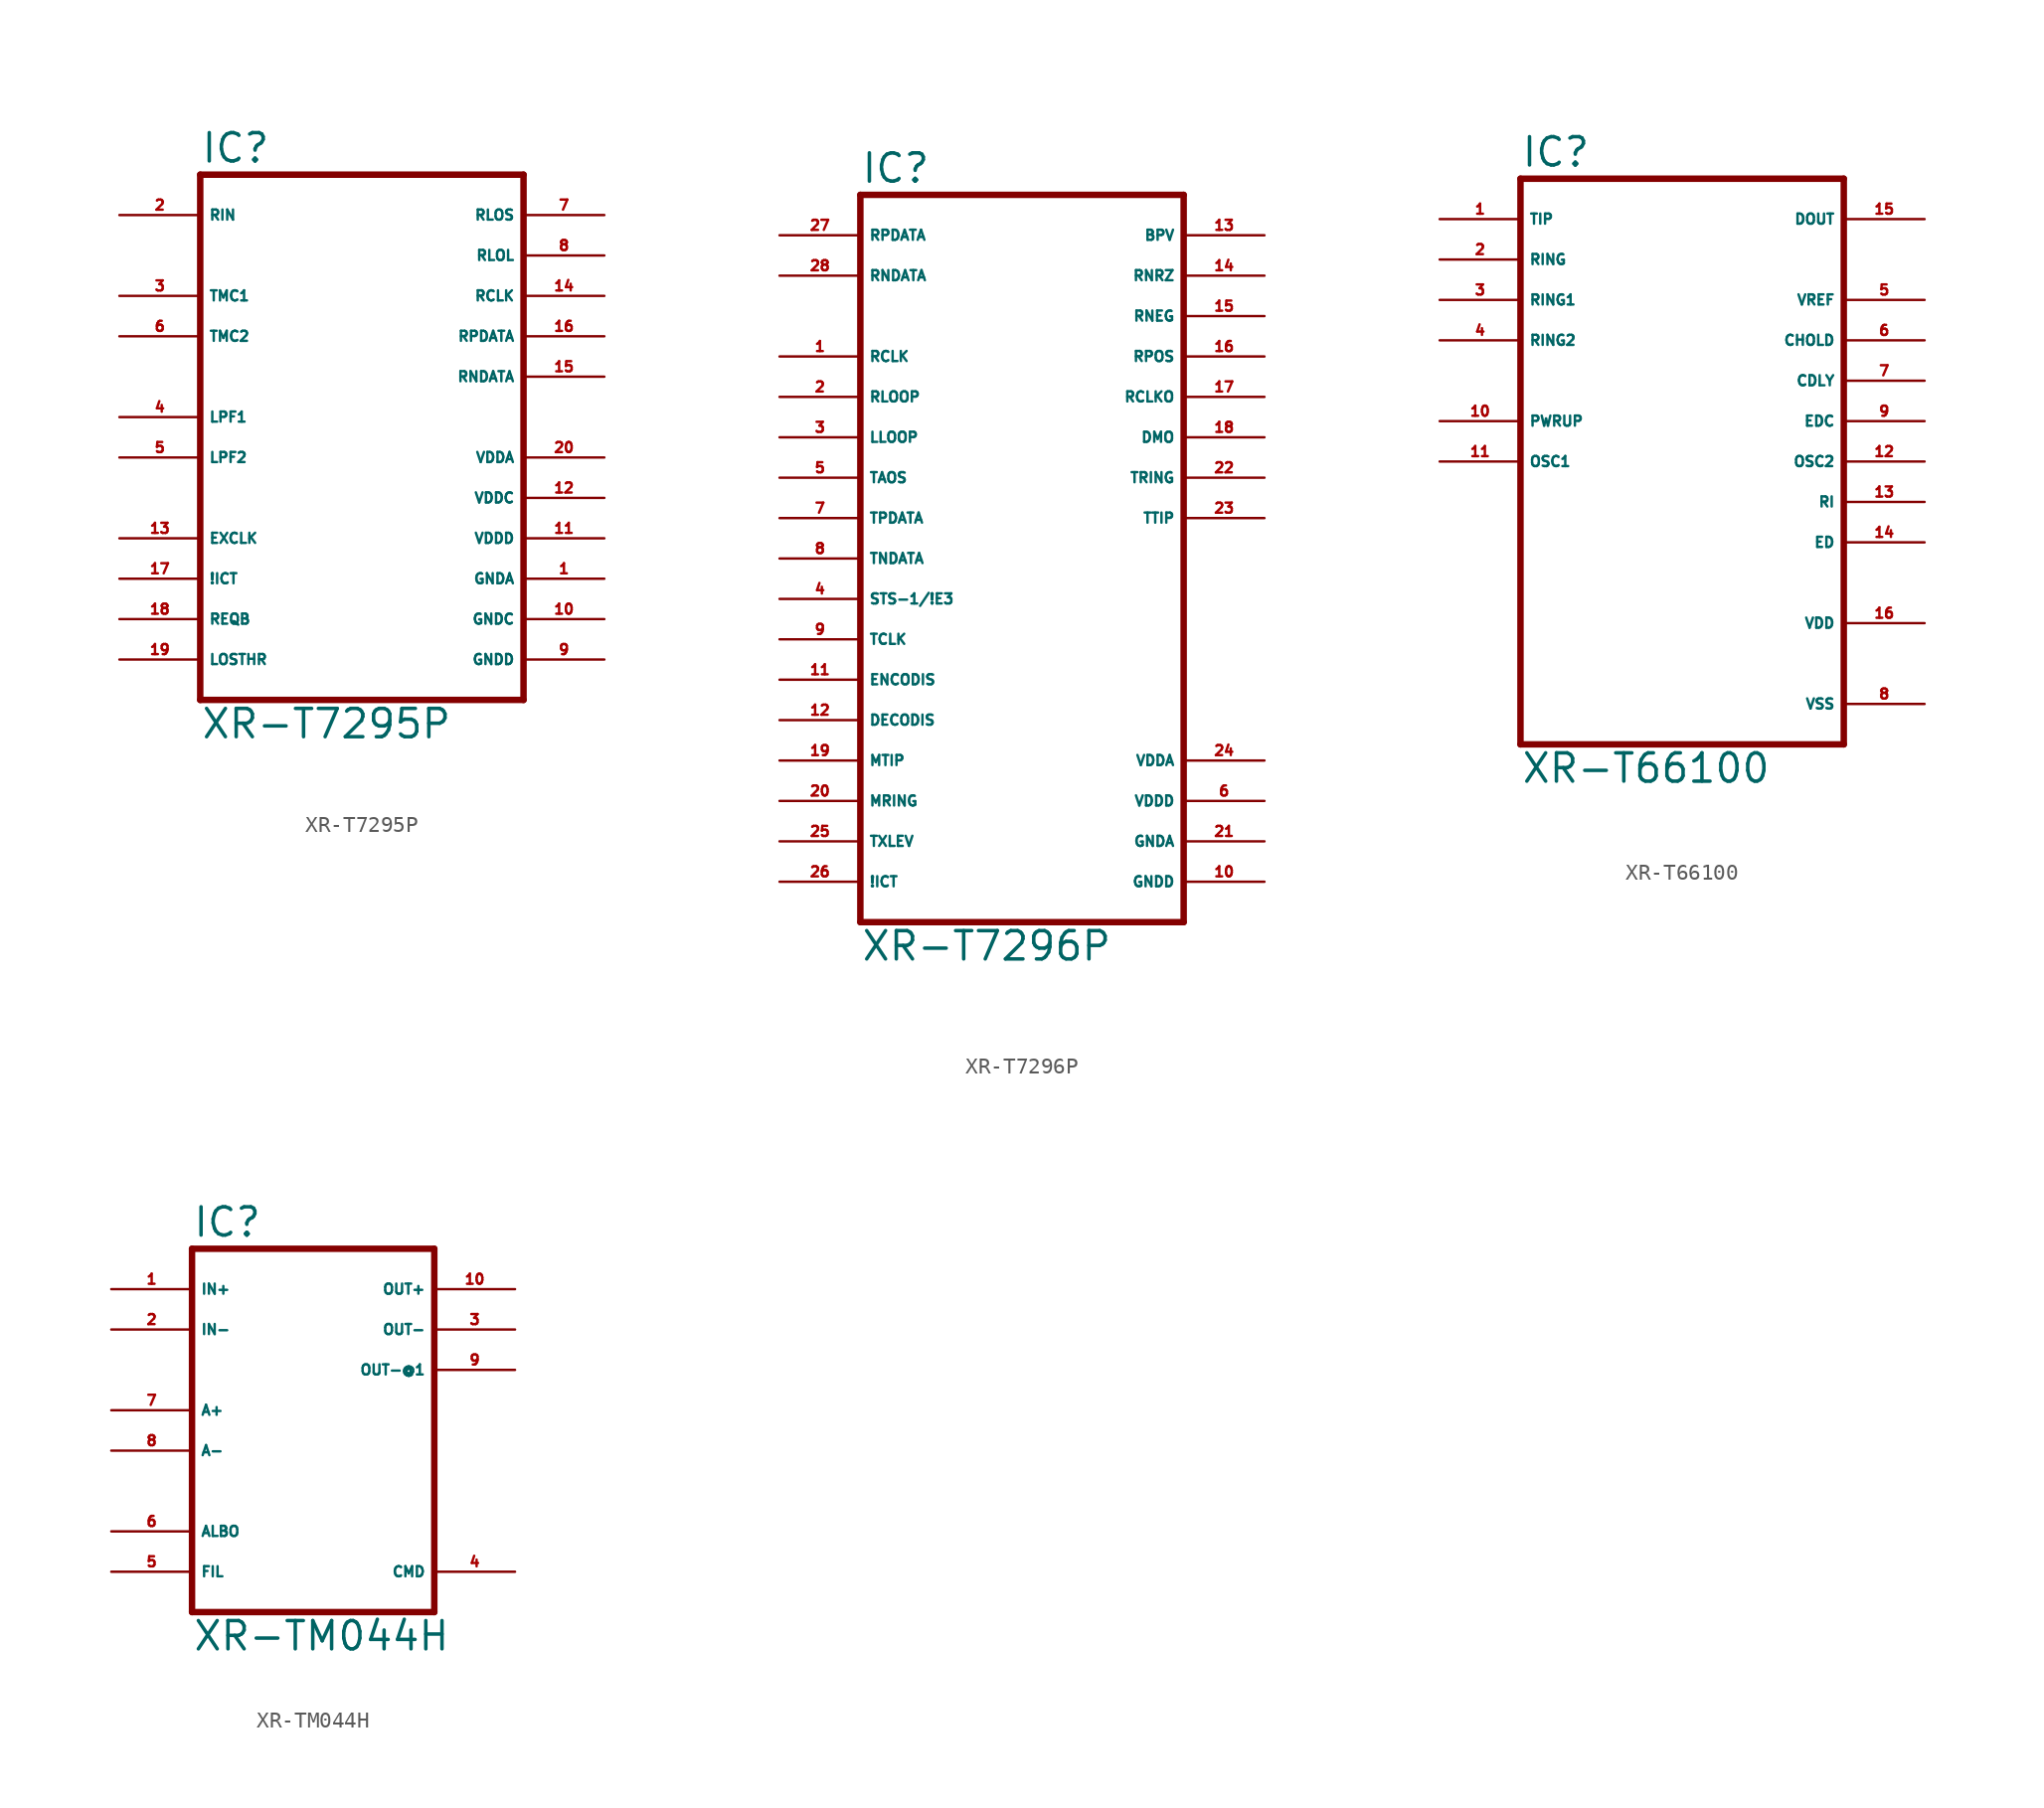
<source format=kicad_sym>
(kicad_symbol_lib
  (version 20220914)
  (generator Eagle2Kicad)
  (symbol "XR-T7295P"
    (property "Reference" "IC"
      (at -10.16 18.415 0)
      (effects (font (size 1.778 1.778) (thickness 0.22)) (justify left bottom)))
    (property "Value" "XR-T7295P"
      (at -10.16 -17.78 0)
      (effects (font (size 1.778 1.778) (thickness 0.22)) (justify left bottom)))
    (polyline
      (pts (xy -10.16 -15.24) (xy 10.16 -15.24))
      (stroke (width 0.406) (type default))
      (fill (type none)))
    (polyline
      (pts (xy 10.16 -15.24) (xy 10.16 17.78))
      (stroke (width 0.406) (type default))
      (fill (type none)))
    (polyline
      (pts (xy 10.16 17.78) (xy -10.16 17.78))
      (stroke (width 0.406) (type default))
      (fill (type none)))
    (polyline
      (pts (xy -10.16 17.78) (xy -10.16 -15.24))
      (stroke (width 0.406) (type default))
      (fill (type none)))
    (pin input line
      (at -15.24 15.24 0)
      (length 5.08)
      (name "RIN" (effects (font (size 0.635 0.635) (thickness 0.08)) (justify left bottom)))
      (number "2" (effects (font (size 0.635 0.635) (thickness 0.08)) (justify left bottom))))
    (pin input line
      (at -15.24 10.16 0)
      (length 5.08)
      (name "TMC1" (effects (font (size 0.635 0.635) (thickness 0.08)) (justify left bottom)))
      (number "3" (effects (font (size 0.635 0.635) (thickness 0.08)) (justify left bottom))))
    (pin input line
      (at -15.24 7.62 0)
      (length 5.08)
      (name "TMC2" (effects (font (size 0.635 0.635) (thickness 0.08)) (justify left bottom)))
      (number "6" (effects (font (size 0.635 0.635) (thickness 0.08)) (justify left bottom))))
    (pin input line
      (at -15.24 2.54 0)
      (length 5.08)
      (name "LPF1" (effects (font (size 0.635 0.635) (thickness 0.08)) (justify left bottom)))
      (number "4" (effects (font (size 0.635 0.635) (thickness 0.08)) (justify left bottom))))
    (pin input line
      (at -15.24 0 0)
      (length 5.08)
      (name "LPF2" (effects (font (size 0.635 0.635) (thickness 0.08)) (justify left bottom)))
      (number "5" (effects (font (size 0.635 0.635) (thickness 0.08)) (justify left bottom))))
    (pin input line
      (at -15.24 -5.08 0)
      (length 5.08)
      (name "EXCLK" (effects (font (size 0.635 0.635) (thickness 0.08)) (justify left bottom)))
      (number "13" (effects (font (size 0.635 0.635) (thickness 0.08)) (justify left bottom))))
    (pin input line
      (at -15.24 -7.62 0)
      (length 5.08)
      (name "!ICT" (effects (font (size 0.635 0.635) (thickness 0.08)) (justify left bottom)))
      (number "17" (effects (font (size 0.635 0.635) (thickness 0.08)) (justify left bottom))))
    (pin input line
      (at -15.24 -10.16 0)
      (length 5.08)
      (name "REQB" (effects (font (size 0.635 0.635) (thickness 0.08)) (justify left bottom)))
      (number "18" (effects (font (size 0.635 0.635) (thickness 0.08)) (justify left bottom))))
    (pin input line
      (at -15.24 -12.7 0)
      (length 5.08)
      (name "LOSTHR" (effects (font (size 0.635 0.635) (thickness 0.08)) (justify left bottom)))
      (number "19" (effects (font (size 0.635 0.635) (thickness 0.08)) (justify left bottom))))
    (pin output line
      (at 15.24 15.24 180)
      (length 5.08)
      (name "RLOS" (effects (font (size 0.635 0.635) (thickness 0.08)) (justify left bottom)))
      (number "7" (effects (font (size 0.635 0.635) (thickness 0.08)) (justify left bottom))))
    (pin output line
      (at 15.24 12.7 180)
      (length 5.08)
      (name "RLOL" (effects (font (size 0.635 0.635) (thickness 0.08)) (justify left bottom)))
      (number "8" (effects (font (size 0.635 0.635) (thickness 0.08)) (justify left bottom))))
    (pin output line
      (at 15.24 10.16 180)
      (length 5.08)
      (name "RCLK" (effects (font (size 0.635 0.635) (thickness 0.08)) (justify left bottom)))
      (number "14" (effects (font (size 0.635 0.635) (thickness 0.08)) (justify left bottom))))
    (pin output line
      (at 15.24 7.62 180)
      (length 5.08)
      (name "RPDATA" (effects (font (size 0.635 0.635) (thickness 0.08)) (justify left bottom)))
      (number "16" (effects (font (size 0.635 0.635) (thickness 0.08)) (justify left bottom))))
    (pin output line
      (at 15.24 5.08 180)
      (length 5.08)
      (name "RNDATA" (effects (font (size 0.635 0.635) (thickness 0.08)) (justify left bottom)))
      (number "15" (effects (font (size 0.635 0.635) (thickness 0.08)) (justify left bottom))))
    (pin unspecified line
      (at 15.24 -12.7 180)
      (length 5.08)
      (name "GNDD" (effects (font (size 0.635 0.635) (thickness 0.08)) (justify left bottom)))
      (number "9" (effects (font (size 0.635 0.635) (thickness 0.08)) (justify left bottom))))
    (pin unspecified line
      (at 15.24 -10.16 180)
      (length 5.08)
      (name "GNDC" (effects (font (size 0.635 0.635) (thickness 0.08)) (justify left bottom)))
      (number "10" (effects (font (size 0.635 0.635) (thickness 0.08)) (justify left bottom))))
    (pin unspecified line
      (at 15.24 -7.62 180)
      (length 5.08)
      (name "GNDA" (effects (font (size 0.635 0.635) (thickness 0.08)) (justify left bottom)))
      (number "1" (effects (font (size 0.635 0.635) (thickness 0.08)) (justify left bottom))))
    (pin unspecified line
      (at 15.24 -5.08 180)
      (length 5.08)
      (name "VDDD" (effects (font (size 0.635 0.635) (thickness 0.08)) (justify left bottom)))
      (number "11" (effects (font (size 0.635 0.635) (thickness 0.08)) (justify left bottom))))
    (pin unspecified line
      (at 15.24 -2.54 180)
      (length 5.08)
      (name "VDDC" (effects (font (size 0.635 0.635) (thickness 0.08)) (justify left bottom)))
      (number "12" (effects (font (size 0.635 0.635) (thickness 0.08)) (justify left bottom))))
    (pin unspecified line
      (at 15.24 0 180)
      (length 5.08)
      (name "VDDA" (effects (font (size 0.635 0.635) (thickness 0.08)) (justify left bottom)))
      (number "20" (effects (font (size 0.635 0.635) (thickness 0.08)) (justify left bottom)))))
  (symbol "XR-T7296P"
    (property "Reference" "IC"
      (at -10.16 23.495 0)
      (effects (font (size 1.778 1.778) (thickness 0.22)) (justify left bottom)))
    (property "Value" "XR-T7296P"
      (at -10.16 -25.4 0)
      (effects (font (size 1.778 1.778) (thickness 0.22)) (justify left bottom)))
    (polyline
      (pts (xy -10.16 -22.86) (xy 10.16 -22.86))
      (stroke (width 0.406) (type default))
      (fill (type none)))
    (polyline
      (pts (xy 10.16 -22.86) (xy 10.16 22.86))
      (stroke (width 0.406) (type default))
      (fill (type none)))
    (polyline
      (pts (xy 10.16 22.86) (xy -10.16 22.86))
      (stroke (width 0.406) (type default))
      (fill (type none)))
    (polyline
      (pts (xy -10.16 22.86) (xy -10.16 -22.86))
      (stroke (width 0.406) (type default))
      (fill (type none)))
    (pin input line
      (at -15.24 12.7 0)
      (length 5.08)
      (name "RCLK" (effects (font (size 0.635 0.635) (thickness 0.08)) (justify left bottom)))
      (number "1" (effects (font (size 0.635 0.635) (thickness 0.08)) (justify left bottom))))
    (pin input line
      (at -15.24 10.16 0)
      (length 5.08)
      (name "RLOOP" (effects (font (size 0.635 0.635) (thickness 0.08)) (justify left bottom)))
      (number "2" (effects (font (size 0.635 0.635) (thickness 0.08)) (justify left bottom))))
    (pin input line
      (at -15.24 7.62 0)
      (length 5.08)
      (name "LLOOP" (effects (font (size 0.635 0.635) (thickness 0.08)) (justify left bottom)))
      (number "3" (effects (font (size 0.635 0.635) (thickness 0.08)) (justify left bottom))))
    (pin input line
      (at -15.24 -2.54 0)
      (length 5.08)
      (name "STS-1/!E3" (effects (font (size 0.635 0.635) (thickness 0.08)) (justify left bottom)))
      (number "4" (effects (font (size 0.635 0.635) (thickness 0.08)) (justify left bottom))))
    (pin input line
      (at -15.24 5.08 0)
      (length 5.08)
      (name "TAOS" (effects (font (size 0.635 0.635) (thickness 0.08)) (justify left bottom)))
      (number "5" (effects (font (size 0.635 0.635) (thickness 0.08)) (justify left bottom))))
    (pin input line
      (at -15.24 2.54 0)
      (length 5.08)
      (name "TPDATA" (effects (font (size 0.635 0.635) (thickness 0.08)) (justify left bottom)))
      (number "7" (effects (font (size 0.635 0.635) (thickness 0.08)) (justify left bottom))))
    (pin input line
      (at -15.24 0 0)
      (length 5.08)
      (name "TNDATA" (effects (font (size 0.635 0.635) (thickness 0.08)) (justify left bottom)))
      (number "8" (effects (font (size 0.635 0.635) (thickness 0.08)) (justify left bottom))))
    (pin input line
      (at -15.24 -5.08 0)
      (length 5.08)
      (name "TCLK" (effects (font (size 0.635 0.635) (thickness 0.08)) (justify left bottom)))
      (number "9" (effects (font (size 0.635 0.635) (thickness 0.08)) (justify left bottom))))
    (pin input line
      (at -15.24 -7.62 0)
      (length 5.08)
      (name "ENCODIS" (effects (font (size 0.635 0.635) (thickness 0.08)) (justify left bottom)))
      (number "11" (effects (font (size 0.635 0.635) (thickness 0.08)) (justify left bottom))))
    (pin input line
      (at -15.24 -10.16 0)
      (length 5.08)
      (name "DECODIS" (effects (font (size 0.635 0.635) (thickness 0.08)) (justify left bottom)))
      (number "12" (effects (font (size 0.635 0.635) (thickness 0.08)) (justify left bottom))))
    (pin input line
      (at -15.24 -12.7 0)
      (length 5.08)
      (name "MTIP" (effects (font (size 0.635 0.635) (thickness 0.08)) (justify left bottom)))
      (number "19" (effects (font (size 0.635 0.635) (thickness 0.08)) (justify left bottom))))
    (pin input line
      (at -15.24 -15.24 0)
      (length 5.08)
      (name "MRING" (effects (font (size 0.635 0.635) (thickness 0.08)) (justify left bottom)))
      (number "20" (effects (font (size 0.635 0.635) (thickness 0.08)) (justify left bottom))))
    (pin input line
      (at -15.24 -17.78 0)
      (length 5.08)
      (name "TXLEV" (effects (font (size 0.635 0.635) (thickness 0.08)) (justify left bottom)))
      (number "25" (effects (font (size 0.635 0.635) (thickness 0.08)) (justify left bottom))))
    (pin input line
      (at -15.24 -20.32 0)
      (length 5.08)
      (name "!ICT" (effects (font (size 0.635 0.635) (thickness 0.08)) (justify left bottom)))
      (number "26" (effects (font (size 0.635 0.635) (thickness 0.08)) (justify left bottom))))
    (pin input line
      (at -15.24 20.32 0)
      (length 5.08)
      (name "RPDATA" (effects (font (size 0.635 0.635) (thickness 0.08)) (justify left bottom)))
      (number "27" (effects (font (size 0.635 0.635) (thickness 0.08)) (justify left bottom))))
    (pin input line
      (at -15.24 17.78 0)
      (length 5.08)
      (name "RNDATA" (effects (font (size 0.635 0.635) (thickness 0.08)) (justify left bottom)))
      (number "28" (effects (font (size 0.635 0.635) (thickness 0.08)) (justify left bottom))))
    (pin output line
      (at 15.24 20.32 180)
      (length 5.08)
      (name "BPV" (effects (font (size 0.635 0.635) (thickness 0.08)) (justify left bottom)))
      (number "13" (effects (font (size 0.635 0.635) (thickness 0.08)) (justify left bottom))))
    (pin output line
      (at 15.24 17.78 180)
      (length 5.08)
      (name "RNRZ" (effects (font (size 0.635 0.635) (thickness 0.08)) (justify left bottom)))
      (number "14" (effects (font (size 0.635 0.635) (thickness 0.08)) (justify left bottom))))
    (pin output line
      (at 15.24 15.24 180)
      (length 5.08)
      (name "RNEG" (effects (font (size 0.635 0.635) (thickness 0.08)) (justify left bottom)))
      (number "15" (effects (font (size 0.635 0.635) (thickness 0.08)) (justify left bottom))))
    (pin output line
      (at 15.24 12.7 180)
      (length 5.08)
      (name "RPOS" (effects (font (size 0.635 0.635) (thickness 0.08)) (justify left bottom)))
      (number "16" (effects (font (size 0.635 0.635) (thickness 0.08)) (justify left bottom))))
    (pin output line
      (at 15.24 10.16 180)
      (length 5.08)
      (name "RCLKO" (effects (font (size 0.635 0.635) (thickness 0.08)) (justify left bottom)))
      (number "17" (effects (font (size 0.635 0.635) (thickness 0.08)) (justify left bottom))))
    (pin output line
      (at 15.24 7.62 180)
      (length 5.08)
      (name "DMO" (effects (font (size 0.635 0.635) (thickness 0.08)) (justify left bottom)))
      (number "18" (effects (font (size 0.635 0.635) (thickness 0.08)) (justify left bottom))))
    (pin output line
      (at 15.24 5.08 180)
      (length 5.08)
      (name "TRING" (effects (font (size 0.635 0.635) (thickness 0.08)) (justify left bottom)))
      (number "22" (effects (font (size 0.635 0.635) (thickness 0.08)) (justify left bottom))))
    (pin output line
      (at 15.24 2.54 180)
      (length 5.08)
      (name "TTIP" (effects (font (size 0.635 0.635) (thickness 0.08)) (justify left bottom)))
      (number "23" (effects (font (size 0.635 0.635) (thickness 0.08)) (justify left bottom))))
    (pin unspecified line
      (at 15.24 -20.32 180)
      (length 5.08)
      (name "GNDD" (effects (font (size 0.635 0.635) (thickness 0.08)) (justify left bottom)))
      (number "10" (effects (font (size 0.635 0.635) (thickness 0.08)) (justify left bottom))))
    (pin unspecified line
      (at 15.24 -17.78 180)
      (length 5.08)
      (name "GNDA" (effects (font (size 0.635 0.635) (thickness 0.08)) (justify left bottom)))
      (number "21" (effects (font (size 0.635 0.635) (thickness 0.08)) (justify left bottom))))
    (pin unspecified line
      (at 15.24 -15.24 180)
      (length 5.08)
      (name "VDDD" (effects (font (size 0.635 0.635) (thickness 0.08)) (justify left bottom)))
      (number "6" (effects (font (size 0.635 0.635) (thickness 0.08)) (justify left bottom))))
    (pin unspecified line
      (at 15.24 -12.7 180)
      (length 5.08)
      (name "VDDA" (effects (font (size 0.635 0.635) (thickness 0.08)) (justify left bottom)))
      (number "24" (effects (font (size 0.635 0.635) (thickness 0.08)) (justify left bottom)))))
  (symbol "XR-T66100"
    (property "Reference" "IC"
      (at -10.16 18.415 0)
      (effects (font (size 1.778 1.778) (thickness 0.22)) (justify left bottom)))
    (property "Value" "XR-T66100"
      (at -10.16 -20.32 0)
      (effects (font (size 1.778 1.778) (thickness 0.22)) (justify left bottom)))
    (polyline
      (pts (xy 10.16 -17.78) (xy -10.16 -17.78))
      (stroke (width 0.406) (type default))
      (fill (type none)))
    (polyline
      (pts (xy -10.16 -17.78) (xy -10.16 17.78))
      (stroke (width 0.406) (type default))
      (fill (type none)))
    (polyline
      (pts (xy -10.16 17.78) (xy 10.16 17.78))
      (stroke (width 0.406) (type default))
      (fill (type none)))
    (polyline
      (pts (xy 10.16 17.78) (xy 10.16 -17.78))
      (stroke (width 0.406) (type default))
      (fill (type none)))
    (pin input line
      (at -15.24 15.24 0)
      (length 5.08)
      (name "TIP" (effects (font (size 0.635 0.635) (thickness 0.08)) (justify left bottom)))
      (number "1" (effects (font (size 0.635 0.635) (thickness 0.08)) (justify left bottom))))
    (pin input line
      (at -15.24 12.7 0)
      (length 5.08)
      (name "RING" (effects (font (size 0.635 0.635) (thickness 0.08)) (justify left bottom)))
      (number "2" (effects (font (size 0.635 0.635) (thickness 0.08)) (justify left bottom))))
    (pin input line
      (at -15.24 10.16 0)
      (length 5.08)
      (name "RING1" (effects (font (size 0.635 0.635) (thickness 0.08)) (justify left bottom)))
      (number "3" (effects (font (size 0.635 0.635) (thickness 0.08)) (justify left bottom))))
    (pin input line
      (at -15.24 7.62 0)
      (length 5.08)
      (name "RING2" (effects (font (size 0.635 0.635) (thickness 0.08)) (justify left bottom)))
      (number "4" (effects (font (size 0.635 0.635) (thickness 0.08)) (justify left bottom))))
    (pin input line
      (at -15.24 2.54 0)
      (length 5.08)
      (name "PWRUP" (effects (font (size 0.635 0.635) (thickness 0.08)) (justify left bottom)))
      (number "10" (effects (font (size 0.635 0.635) (thickness 0.08)) (justify left bottom))))
    (pin input line
      (at -15.24 0 0)
      (length 5.08)
      (name "OSC1" (effects (font (size 0.635 0.635) (thickness 0.08)) (justify left bottom)))
      (number "11" (effects (font (size 0.635 0.635) (thickness 0.08)) (justify left bottom))))
    (pin output line
      (at 15.24 15.24 180)
      (length 5.08)
      (name "DOUT" (effects (font (size 0.635 0.635) (thickness 0.08)) (justify left bottom)))
      (number "15" (effects (font (size 0.635 0.635) (thickness 0.08)) (justify left bottom))))
    (pin output line
      (at 15.24 10.16 180)
      (length 5.08)
      (name "VREF" (effects (font (size 0.635 0.635) (thickness 0.08)) (justify left bottom)))
      (number "5" (effects (font (size 0.635 0.635) (thickness 0.08)) (justify left bottom))))
    (pin output line
      (at 15.24 7.62 180)
      (length 5.08)
      (name "CHOLD" (effects (font (size 0.635 0.635) (thickness 0.08)) (justify left bottom)))
      (number "6" (effects (font (size 0.635 0.635) (thickness 0.08)) (justify left bottom))))
    (pin output line
      (at 15.24 5.08 180)
      (length 5.08)
      (name "CDLY" (effects (font (size 0.635 0.635) (thickness 0.08)) (justify left bottom)))
      (number "7" (effects (font (size 0.635 0.635) (thickness 0.08)) (justify left bottom))))
    (pin output line
      (at 15.24 2.54 180)
      (length 5.08)
      (name "EDC" (effects (font (size 0.635 0.635) (thickness 0.08)) (justify left bottom)))
      (number "9" (effects (font (size 0.635 0.635) (thickness 0.08)) (justify left bottom))))
    (pin output line
      (at 15.24 0 180)
      (length 5.08)
      (name "OSC2" (effects (font (size 0.635 0.635) (thickness 0.08)) (justify left bottom)))
      (number "12" (effects (font (size 0.635 0.635) (thickness 0.08)) (justify left bottom))))
    (pin output line
      (at 15.24 -2.54 180)
      (length 5.08)
      (name "RI" (effects (font (size 0.635 0.635) (thickness 0.08)) (justify left bottom)))
      (number "13" (effects (font (size 0.635 0.635) (thickness 0.08)) (justify left bottom))))
    (pin output line
      (at 15.24 -5.08 180)
      (length 5.08)
      (name "ED" (effects (font (size 0.635 0.635) (thickness 0.08)) (justify left bottom)))
      (number "14" (effects (font (size 0.635 0.635) (thickness 0.08)) (justify left bottom))))
    (pin unspecified line
      (at 15.24 -10.16 180)
      (length 5.08)
      (name "VDD" (effects (font (size 0.635 0.635) (thickness 0.08)) (justify left bottom)))
      (number "16" (effects (font (size 0.635 0.635) (thickness 0.08)) (justify left bottom))))
    (pin unspecified line
      (at 15.24 -15.24 180)
      (length 5.08)
      (name "VSS" (effects (font (size 0.635 0.635) (thickness 0.08)) (justify left bottom)))
      (number "8" (effects (font (size 0.635 0.635) (thickness 0.08)) (justify left bottom)))))
  (symbol "XR-TM044H"
    (property "Reference" "IC"
      (at -7.62 10.795 0)
      (effects (font (size 1.778 1.778) (thickness 0.22)) (justify left bottom)))
    (property "Value" "XR-TM044H"
      (at -7.62 -15.24 0)
      (effects (font (size 1.778 1.778) (thickness 0.22)) (justify left bottom)))
    (polyline
      (pts (xy -7.62 -12.7) (xy 7.62 -12.7))
      (stroke (width 0.406) (type default))
      (fill (type none)))
    (polyline
      (pts (xy 7.62 -12.7) (xy 7.62 10.16))
      (stroke (width 0.406) (type default))
      (fill (type none)))
    (polyline
      (pts (xy 7.62 10.16) (xy -7.62 10.16))
      (stroke (width 0.406) (type default))
      (fill (type none)))
    (polyline
      (pts (xy -7.62 10.16) (xy -7.62 -12.7))
      (stroke (width 0.406) (type default))
      (fill (type none)))
    (pin input line
      (at -12.7 7.62 0)
      (length 5.08)
      (name "IN+" (effects (font (size 0.635 0.635) (thickness 0.08)) (justify left bottom)))
      (number "1" (effects (font (size 0.635 0.635) (thickness 0.08)) (justify left bottom))))
    (pin input line
      (at -12.7 5.08 0)
      (length 5.08)
      (name "IN-" (effects (font (size 0.635 0.635) (thickness 0.08)) (justify left bottom)))
      (number "2" (effects (font (size 0.635 0.635) (thickness 0.08)) (justify left bottom))))
    (pin input line
      (at -12.7 -7.62 0)
      (length 5.08)
      (name "ALBO" (effects (font (size 0.635 0.635) (thickness 0.08)) (justify left bottom)))
      (number "6" (effects (font (size 0.635 0.635) (thickness 0.08)) (justify left bottom))))
    (pin input line
      (at -12.7 0 0)
      (length 5.08)
      (name "A+" (effects (font (size 0.635 0.635) (thickness 0.08)) (justify left bottom)))
      (number "7" (effects (font (size 0.635 0.635) (thickness 0.08)) (justify left bottom))))
    (pin input line
      (at -12.7 -2.54 0)
      (length 5.08)
      (name "A-" (effects (font (size 0.635 0.635) (thickness 0.08)) (justify left bottom)))
      (number "8" (effects (font (size 0.635 0.635) (thickness 0.08)) (justify left bottom))))
    (pin output line
      (at 12.7 7.62 180)
      (length 5.08)
      (name "OUT+" (effects (font (size 0.635 0.635) (thickness 0.08)) (justify left bottom)))
      (number "10" (effects (font (size 0.635 0.635) (thickness 0.08)) (justify left bottom))))
    (pin output line
      (at 12.7 5.08 180)
      (length 5.08)
      (name "OUT-" (effects (font (size 0.635 0.635) (thickness 0.08)) (justify left bottom)))
      (number "3" (effects (font (size 0.635 0.635) (thickness 0.08)) (justify left bottom))))
    (pin output line
      (at 12.7 2.54 180)
      (length 5.08)
      (name "OUT-@1" (effects (font (size 0.635 0.635) (thickness 0.08)) (justify left bottom)))
      (number "9" (effects (font (size 0.635 0.635) (thickness 0.08)) (justify left bottom))))
    (pin input line
      (at -12.7 -10.16 0)
      (length 5.08)
      (name "FIL" (effects (font (size 0.635 0.635) (thickness 0.08)) (justify left bottom)))
      (number "5" (effects (font (size 0.635 0.635) (thickness 0.08)) (justify left bottom))))
    (pin unspecified line
      (at 12.7 -10.16 180)
      (length 5.08)
      (name "CMD" (effects (font (size 0.635 0.635) (thickness 0.08)) (justify left bottom)))
      (number "4" (effects (font (size 0.635 0.635) (thickness 0.08)) (justify left bottom))))))
</source>
